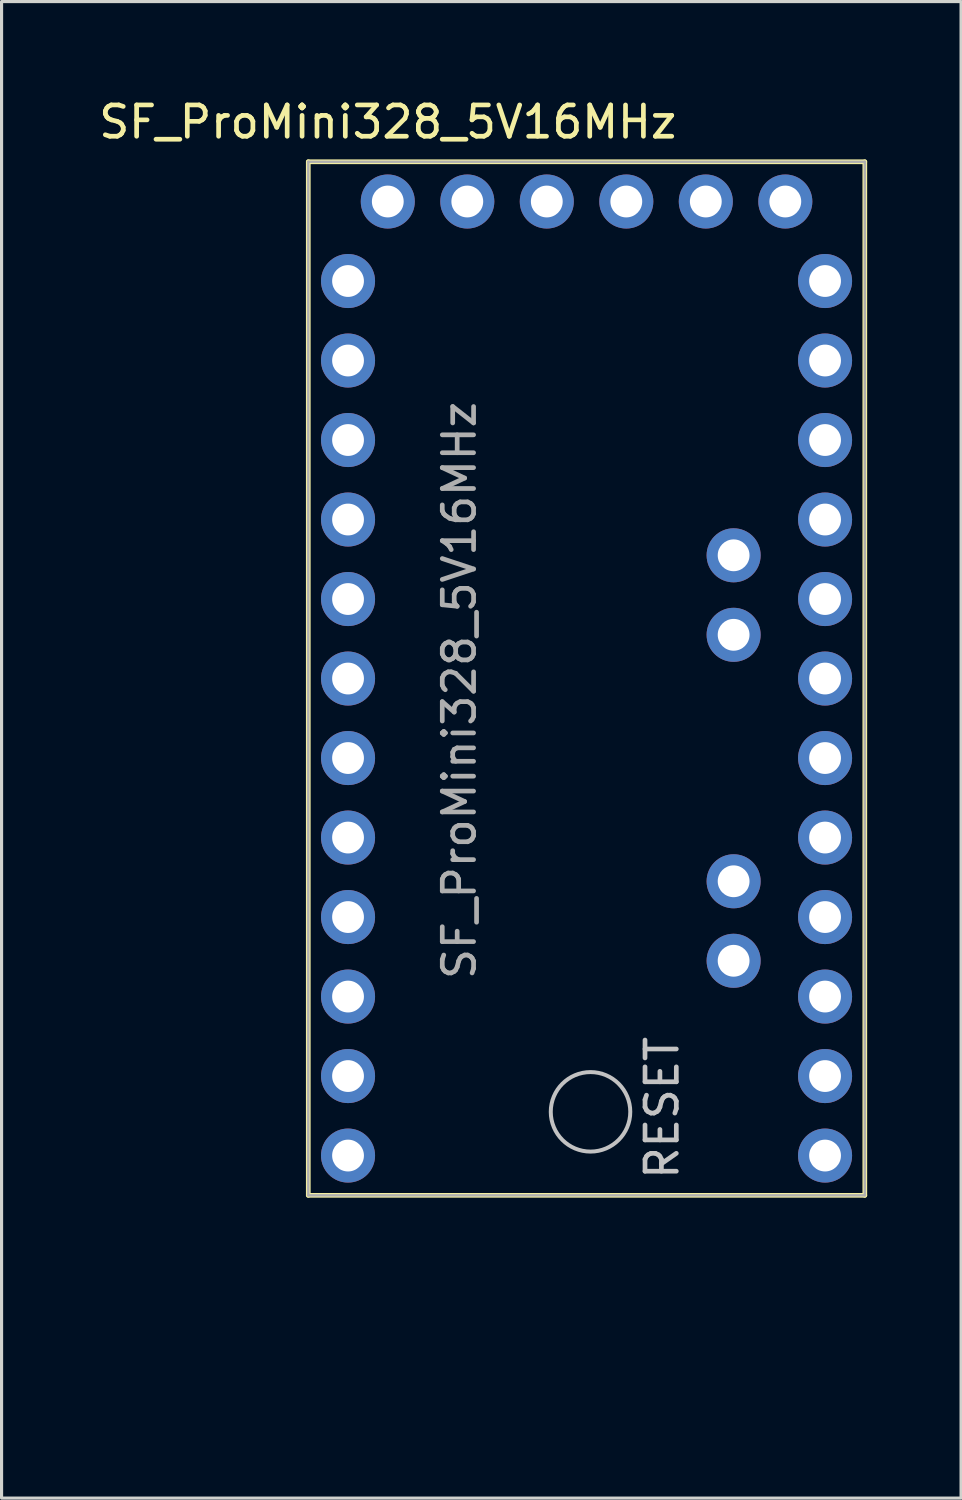
<source format=kicad_pcb>
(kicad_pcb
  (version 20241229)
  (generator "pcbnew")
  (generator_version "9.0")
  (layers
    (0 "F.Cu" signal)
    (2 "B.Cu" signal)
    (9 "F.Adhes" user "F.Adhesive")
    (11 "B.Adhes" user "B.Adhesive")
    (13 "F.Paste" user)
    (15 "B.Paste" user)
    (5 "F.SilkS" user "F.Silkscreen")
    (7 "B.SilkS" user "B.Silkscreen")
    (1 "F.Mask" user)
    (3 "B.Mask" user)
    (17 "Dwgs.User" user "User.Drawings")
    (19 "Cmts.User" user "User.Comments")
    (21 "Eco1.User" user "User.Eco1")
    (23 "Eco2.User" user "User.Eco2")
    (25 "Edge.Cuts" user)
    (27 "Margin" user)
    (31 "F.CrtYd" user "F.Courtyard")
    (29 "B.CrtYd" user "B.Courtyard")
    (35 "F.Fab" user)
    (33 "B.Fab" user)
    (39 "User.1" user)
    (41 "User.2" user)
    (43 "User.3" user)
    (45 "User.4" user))
  (footprint "SF_ProMini328_5V16MHz"
    (layer "F.Cu")
    (at 6.799 35.138)
    (property "Reference" "SF_ProMini328_5V16MHz" (at 4.826 -16.129 90) (layer "F.Fab") (effects (font (size 1 1) (thickness 0.15))))
    (attr through_hole)
    (fp_line (start 0 -33.02) (end 17.78 -33.02) (stroke (width 0.15) (type solid)) (layer "F.SilkS"))
    (fp_line (start 0 0) (end 0 -33.02) (stroke (width 0.15) (type solid)) (layer "F.SilkS"))
    (fp_line (start 17.78 -33.02) (end 17.78 0) (stroke (width 0.15) (type solid)) (layer "F.SilkS"))
    (fp_line (start 17.78 0) (end 0 0) (stroke (width 0.15) (type solid)) (layer "F.SilkS"))
    (fp_circle (center 9.017 -2.667) (end 10.287 -2.667) (stroke (width 0.127) (type solid)) (fill no) (layer "Dwgs.User"))
    (fp_line (start 0 -33.02) (end 17.78 -33.02) (stroke (width 0.076) (type solid)) (layer "F.Fab"))
    (fp_line (start 0 0) (end 0 -33.02) (stroke (width 0.076) (type solid)) (layer "F.Fab"))
    (fp_line (start 17.78 -33.02) (end 17.78 0) (stroke (width 0.076) (type solid)) (layer "F.Fab"))
    (fp_line (start 17.78 0) (end 0 0) (stroke (width 0.076) (type solid)) (layer "F.Fab"))
    (fp_text user "${REFERENCE}" (at 2.54 -34.29 0) (layer "F.SilkS") (effects (font (size 1 1) (thickness 0.15))))
    (fp_text user "RESET" (at 11.303 -2.794 90) (layer "Dwgs.User") (effects (font (size 1 1) (thickness 0.15))))
    (fp_text user "${REFERENCE}" (at 4.572 -2.667 90) (layer "Eco1.User") (effects (font (size 1 1) (thickness 0.15))))
    (pad "1" thru_hole circle (at 1.27 -29.21) (size 1.727 1.727) (drill 1.016) (layers "*.Cu" "*.Mask"))
    (pad "2" thru_hole circle (at 1.27 -26.67) (size 1.727 1.727) (drill 1.016) (layers "*.Cu" "*.Mask"))
    (pad "3" thru_hole circle (at 1.27 -24.13) (size 1.727 1.727) (drill 1.016) (layers "*.Cu" "*.Mask"))
    (pad "4" thru_hole circle (at 1.27 -21.59) (size 1.727 1.727) (drill 1.016) (layers "*.Cu" "*.Mask"))
    (pad "5" thru_hole circle (at 1.27 -19.05) (size 1.727 1.727) (drill 1.016) (layers "*.Cu" "*.Mask"))
    (pad "6" thru_hole circle (at 1.27 -16.51) (size 1.727 1.727) (drill 1.016) (layers "*.Cu" "*.Mask"))
    (pad "7" thru_hole circle (at 1.27 -13.97) (size 1.727 1.727) (drill 1.016) (layers "*.Cu" "*.Mask"))
    (pad "8" thru_hole circle (at 1.27 -11.43) (size 1.727 1.727) (drill 1.016) (layers "*.Cu" "*.Mask"))
    (pad "9" thru_hole circle (at 1.27 -8.89) (size 1.727 1.727) (drill 1.016) (layers "*.Cu" "*.Mask"))
    (pad "10" thru_hole circle (at 1.27 -6.35) (size 1.727 1.727) (drill 1.016) (layers "*.Cu" "*.Mask"))
    (pad "11" thru_hole circle (at 1.27 -3.81) (size 1.727 1.727) (drill 1.016) (layers "*.Cu" "*.Mask"))
    (pad "12" thru_hole circle (at 1.27 -1.27) (size 1.727 1.727) (drill 1.016) (layers "*.Cu" "*.Mask"))
    (pad "13" thru_hole circle (at 16.51 -1.27) (size 1.727 1.727) (drill 1.016) (layers "*.Cu" "*.Mask"))
    (pad "14" thru_hole circle (at 16.51 -3.81) (size 1.727 1.727) (drill 1.016) (layers "*.Cu" "*.Mask"))
    (pad "15" thru_hole circle (at 16.51 -6.35) (size 1.727 1.727) (drill 1.016) (layers "*.Cu" "*.Mask"))
    (pad "16" thru_hole circle (at 16.51 -8.89) (size 1.727 1.727) (drill 1.016) (layers "*.Cu" "*.Mask"))
    (pad "17" thru_hole circle (at 16.51 -11.43) (size 1.727 1.727) (drill 1.016) (layers "*.Cu" "*.Mask"))
    (pad "18" thru_hole circle (at 16.51 -13.97) (size 1.727 1.727) (drill 1.016) (layers "*.Cu" "*.Mask"))
    (pad "19" thru_hole circle (at 16.51 -16.51) (size 1.727 1.727) (drill 1.016) (layers "*.Cu" "*.Mask"))
    (pad "20" thru_hole circle (at 16.51 -19.05) (size 1.727 1.727) (drill 1.016) (layers "*.Cu" "*.Mask"))
    (pad "21" thru_hole circle (at 16.51 -21.59) (size 1.727 1.727) (drill 1.016) (layers "*.Cu" "*.Mask"))
    (pad "22" thru_hole circle (at 16.51 -24.13) (size 1.727 1.727) (drill 1.016) (layers "*.Cu" "*.Mask"))
    (pad "23" thru_hole circle (at 16.51 -26.67) (size 1.727 1.727) (drill 1.016) (layers "*.Cu" "*.Mask"))
    (pad "24" thru_hole circle (at 16.51 -29.21) (size 1.727 1.727) (drill 1.016) (layers "*.Cu" "*.Mask"))
    (pad "25" thru_hole circle (at 13.589 -7.493) (size 1.727 1.727) (drill 1.016) (layers "*.Cu" "*.Mask"))
    (pad "26" thru_hole circle (at 13.589 -10.033) (size 1.727 1.727) (drill 1.016) (layers "*.Cu" "*.Mask"))
    (pad "27" thru_hole circle (at 13.589 -17.907) (size 1.727 1.727) (drill 1.016) (layers "*.Cu" "*.Mask"))
    (pad "28" thru_hole circle (at 13.589 -20.447) (size 1.727 1.727) (drill 1.016) (layers "*.Cu" "*.Mask"))
    (pad "29" thru_hole circle (at 15.24 -31.75) (size 1.727 1.727) (drill 1.016) (layers "*.Cu" "*.Mask"))
    (pad "30" thru_hole circle (at 12.7 -31.75) (size 1.727 1.727) (drill 1.016) (layers "*.Cu" "*.Mask"))
    (pad "31" thru_hole circle (at 10.16 -31.75) (size 1.727 1.727) (drill 1.016) (layers "*.Cu" "*.Mask"))
    (pad "32" thru_hole circle (at 7.62 -31.75) (size 1.727 1.727) (drill 1.016) (layers "*.Cu" "*.Mask"))
    (pad "33" thru_hole circle (at 5.08 -31.75) (size 1.727 1.727) (drill 1.016) (layers "*.Cu" "*.Mask"))
    (pad "34" thru_hole circle (at 2.54 -31.75) (size 1.727 1.727) (drill 1.016) (layers "*.Cu" "*.Mask")))
  (gr_rect
    (start -3 -3)
    (end 27.654 44.811)
    (stroke (width 0.1) (type default))
    (fill no)
    (layer "Edge.Cuts")))
</source>
